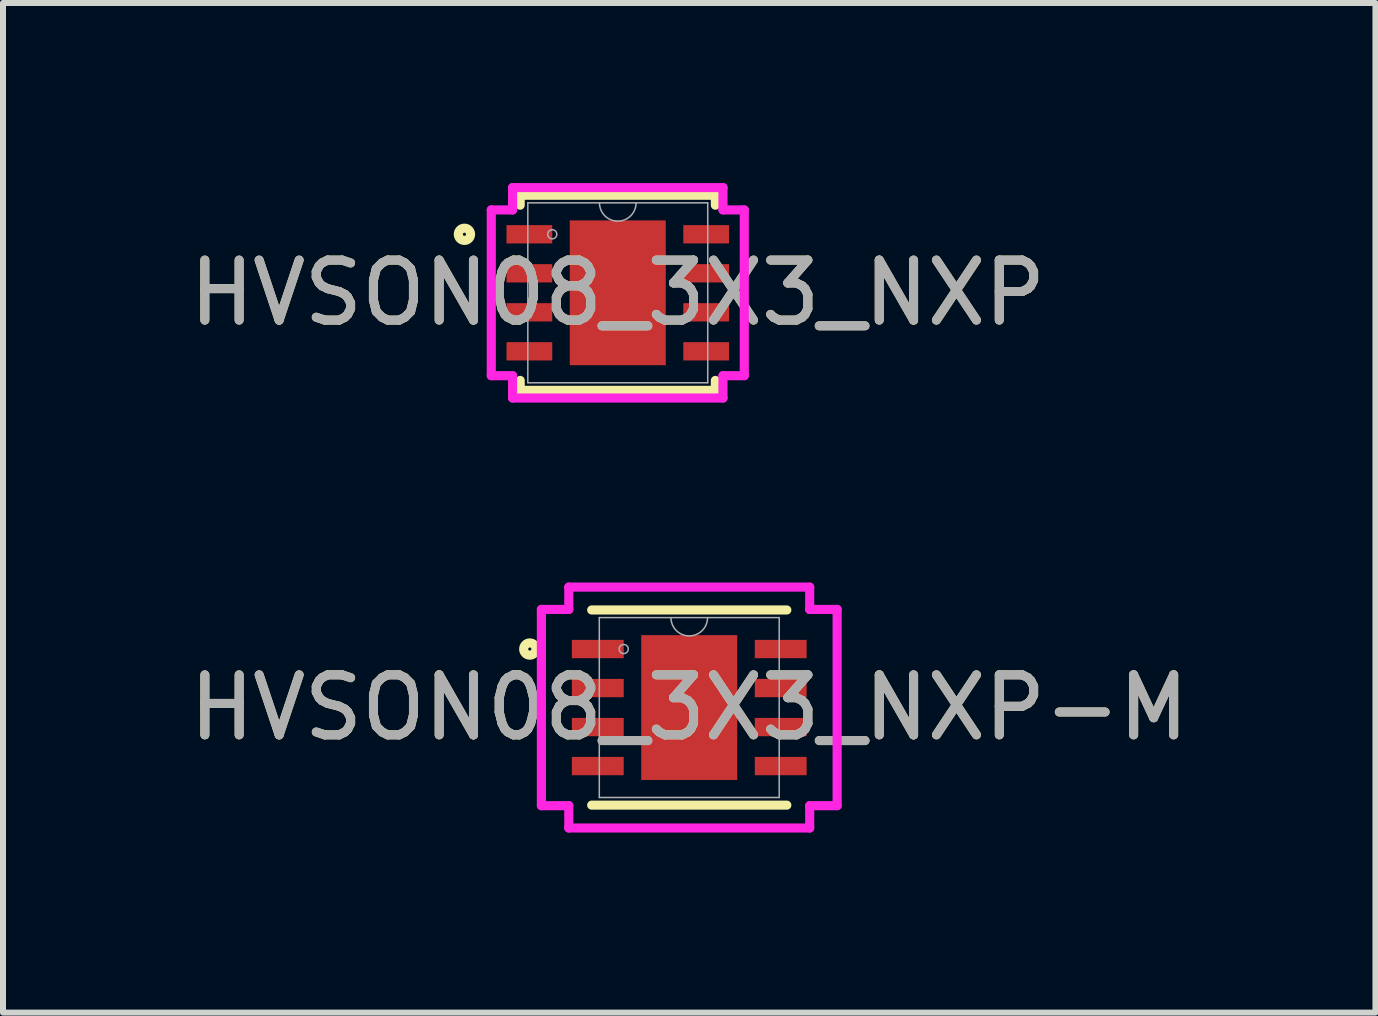
<source format=kicad_pcb>
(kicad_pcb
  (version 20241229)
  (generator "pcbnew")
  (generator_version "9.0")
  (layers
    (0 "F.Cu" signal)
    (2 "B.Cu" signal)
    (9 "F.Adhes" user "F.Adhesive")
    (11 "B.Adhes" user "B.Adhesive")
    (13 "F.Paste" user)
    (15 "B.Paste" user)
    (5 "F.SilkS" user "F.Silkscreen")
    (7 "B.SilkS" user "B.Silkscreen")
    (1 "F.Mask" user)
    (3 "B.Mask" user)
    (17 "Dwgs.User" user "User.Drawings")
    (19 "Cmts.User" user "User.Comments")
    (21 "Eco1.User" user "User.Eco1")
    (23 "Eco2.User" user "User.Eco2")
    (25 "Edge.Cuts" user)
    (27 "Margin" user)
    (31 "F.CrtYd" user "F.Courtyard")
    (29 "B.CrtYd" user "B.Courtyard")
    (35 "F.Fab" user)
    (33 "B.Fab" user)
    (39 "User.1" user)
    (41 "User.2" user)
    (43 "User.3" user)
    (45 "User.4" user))
  (footprint "HVSON08_3X3_NXP"
    (layer "F.Cu")
    (at 7.244 1.829)
    (property "Reference" "HVSON08_3X3_NXP" (at 0 0 0) (unlocked yes) (layer "F.SilkS") (effects (font (size 1 1) (thickness 0.15))))
    (attr smd)
    (fp_line (start -1.626 -1.626) (end -1.626 -1.46) (stroke (width 0.152) (type solid)) (layer "F.SilkS"))
    (fp_line (start -1.626 1.46) (end -1.626 1.626) (stroke (width 0.152) (type solid)) (layer "F.SilkS"))
    (fp_line (start -1.626 1.626) (end 1.626 1.626) (stroke (width 0.152) (type solid)) (layer "F.SilkS"))
    (fp_line (start 1.626 -1.626) (end -1.626 -1.626) (stroke (width 0.152) (type solid)) (layer "F.SilkS"))
    (fp_line (start 1.626 -1.46) (end 1.626 -1.626) (stroke (width 0.152) (type solid)) (layer "F.SilkS"))
    (fp_line (start 1.626 1.626) (end 1.626 1.46) (stroke (width 0.152) (type solid)) (layer "F.SilkS"))
    (fp_circle (center -2.555 -0.975) (end -2.453 -0.975) (stroke (width 0.152) (type solid)) (fill no) (layer "F.SilkS"))
    (fp_line (start -2.108 -1.381) (end -1.753 -1.381) (stroke (width 0.152) (type solid)) (layer "F.CrtYd"))
    (fp_line (start -2.108 1.381) (end -2.108 -1.381) (stroke (width 0.152) (type solid)) (layer "F.CrtYd"))
    (fp_line (start -2.108 1.381) (end -1.753 1.381) (stroke (width 0.152) (type solid)) (layer "F.CrtYd"))
    (fp_line (start -1.753 -1.753) (end 1.753 -1.753) (stroke (width 0.152) (type solid)) (layer "F.CrtYd"))
    (fp_line (start -1.753 -1.381) (end -1.753 -1.753) (stroke (width 0.152) (type solid)) (layer "F.CrtYd"))
    (fp_line (start -1.753 1.753) (end -1.753 1.381) (stroke (width 0.152) (type solid)) (layer "F.CrtYd"))
    (fp_line (start 1.753 -1.753) (end 1.753 -1.381) (stroke (width 0.152) (type solid)) (layer "F.CrtYd"))
    (fp_line (start 1.753 1.381) (end 1.753 1.753) (stroke (width 0.152) (type solid)) (layer "F.CrtYd"))
    (fp_line (start 1.753 1.753) (end -1.753 1.753) (stroke (width 0.152) (type solid)) (layer "F.CrtYd"))
    (fp_line (start 2.108 -1.381) (end 1.753 -1.381) (stroke (width 0.152) (type solid)) (layer "F.CrtYd"))
    (fp_line (start 2.108 -1.381) (end 2.108 1.381) (stroke (width 0.152) (type solid)) (layer "F.CrtYd"))
    (fp_line (start 2.108 1.381) (end 1.753 1.381) (stroke (width 0.152) (type solid)) (layer "F.CrtYd"))
    (fp_line (start -1.499 -1.499) (end -1.499 1.499) (stroke (width 0.025) (type solid)) (layer "F.Fab"))
    (fp_line (start -1.499 1.499) (end 1.499 1.499) (stroke (width 0.025) (type solid)) (layer "F.Fab"))
    (fp_line (start 1.499 -1.499) (end -1.499 -1.499) (stroke (width 0.025) (type solid)) (layer "F.Fab"))
    (fp_line (start 1.499 1.499) (end 1.499 -1.499) (stroke (width 0.025) (type solid)) (layer "F.Fab"))
    (fp_arc (start 0.3048 -1.4986) (mid 0 -1.1938) (end -0.3048 -1.4986) (stroke (width 0.0254) (type solid)) (layer "F.Fab"))
    (fp_circle (center -1.092 -0.975) (end -1.016 -0.975) (stroke (width 0.025) (type solid)) (fill no) (layer "F.Fab"))
    (fp_text user "${REFERENCE}" (at 0 0 0) (unlocked yes) (layer "F.Fab") (effects (font (size 1 1) (thickness 0.15))))
    (pad "1" smd rect (at -1.473 -0.975) (size 0.762 0.305) (layers "F.Cu" "F.Mask" "F.Paste"))
    (pad "2" smd rect (at -1.473 -0.325) (size 0.762 0.305) (layers "F.Cu" "F.Mask" "F.Paste"))
    (pad "3" smd rect (at -1.473 0.325) (size 0.762 0.305) (layers "F.Cu" "F.Mask" "F.Paste"))
    (pad "4" smd rect (at -1.473 0.975) (size 0.762 0.305) (layers "F.Cu" "F.Mask" "F.Paste"))
    (pad "5" smd rect (at 1.473 0.975) (size 0.762 0.305) (layers "F.Cu" "F.Mask" "F.Paste"))
    (pad "6" smd rect (at 1.473 0.325) (size 0.762 0.305) (layers "F.Cu" "F.Mask" "F.Paste"))
    (pad "7" smd rect (at 1.473 -0.325) (size 0.762 0.305) (layers "F.Cu" "F.Mask" "F.Paste"))
    (pad "8" smd rect (at 1.473 -0.975) (size 0.762 0.305) (layers "F.Cu" "F.Mask" "F.Paste"))
    (pad "9" smd rect (at 0 0) (size 1.6 2.413) (layers "F.Cu" "F.Mask" "F.Paste")))
  (footprint "HVSON08_3X3_NXP-M"
    (layer "F.Cu")
    (at 8.435 8.74)
    (property "Reference" "HVSON08_3X3_NXP-M" (at 0 0 0) (unlocked yes) (layer "F.SilkS") (effects (font (size 1 1) (thickness 0.15))))
    (attr smd)
    (fp_line (start -1.626 1.626) (end 1.626 1.626) (stroke (width 0.152) (type solid)) (layer "F.SilkS"))
    (fp_line (start 1.626 -1.626) (end -1.626 -1.626) (stroke (width 0.152) (type solid)) (layer "F.SilkS"))
    (fp_circle (center -2.657 -0.975) (end -2.555 -0.975) (stroke (width 0.152) (type solid)) (fill no) (layer "F.SilkS"))
    (fp_line (start -2.464 -1.635) (end -2.007 -1.635) (stroke (width 0.152) (type solid)) (layer "F.CrtYd"))
    (fp_line (start -2.464 1.635) (end -2.464 -1.635) (stroke (width 0.152) (type solid)) (layer "F.CrtYd"))
    (fp_line (start -2.464 1.635) (end -2.007 1.635) (stroke (width 0.152) (type solid)) (layer "F.CrtYd"))
    (fp_line (start -2.007 -2.007) (end 2.007 -2.007) (stroke (width 0.152) (type solid)) (layer "F.CrtYd"))
    (fp_line (start -2.007 -1.635) (end -2.007 -2.007) (stroke (width 0.152) (type solid)) (layer "F.CrtYd"))
    (fp_line (start -2.007 2.007) (end -2.007 1.635) (stroke (width 0.152) (type solid)) (layer "F.CrtYd"))
    (fp_line (start 2.007 -2.007) (end 2.007 -1.635) (stroke (width 0.152) (type solid)) (layer "F.CrtYd"))
    (fp_line (start 2.007 1.635) (end 2.007 2.007) (stroke (width 0.152) (type solid)) (layer "F.CrtYd"))
    (fp_line (start 2.007 2.007) (end -2.007 2.007) (stroke (width 0.152) (type solid)) (layer "F.CrtYd"))
    (fp_line (start 2.464 -1.635) (end 2.007 -1.635) (stroke (width 0.152) (type solid)) (layer "F.CrtYd"))
    (fp_line (start 2.464 -1.635) (end 2.464 1.635) (stroke (width 0.152) (type solid)) (layer "F.CrtYd"))
    (fp_line (start 2.464 1.635) (end 2.007 1.635) (stroke (width 0.152) (type solid)) (layer "F.CrtYd"))
    (fp_line (start -1.499 -1.499) (end -1.499 1.499) (stroke (width 0.025) (type solid)) (layer "F.Fab"))
    (fp_line (start -1.499 1.499) (end 1.499 1.499) (stroke (width 0.025) (type solid)) (layer "F.Fab"))
    (fp_line (start 1.499 -1.499) (end -1.499 -1.499) (stroke (width 0.025) (type solid)) (layer "F.Fab"))
    (fp_line (start 1.499 1.499) (end 1.499 -1.499) (stroke (width 0.025) (type solid)) (layer "F.Fab"))
    (fp_arc (start 0.3048 -1.4986) (mid 0 -1.1938) (end -0.3048 -1.4986) (stroke (width 0.0254) (type solid)) (layer "F.Fab"))
    (fp_circle (center -1.092 -0.975) (end -1.016 -0.975) (stroke (width 0.025) (type solid)) (fill no) (layer "F.Fab"))
    (fp_text user "${REFERENCE}" (at 0 0 0) (unlocked yes) (layer "F.Fab") (effects (font (size 1 1) (thickness 0.15))))
    (pad "1" smd rect (at -1.524 -0.975) (size 0.864 0.305) (layers "F.Cu" "F.Mask" "F.Paste"))
    (pad "2" smd rect (at -1.524 -0.325) (size 0.864 0.305) (layers "F.Cu" "F.Mask" "F.Paste"))
    (pad "3" smd rect (at -1.524 0.325) (size 0.864 0.305) (layers "F.Cu" "F.Mask" "F.Paste"))
    (pad "4" smd rect (at -1.524 0.975) (size 0.864 0.305) (layers "F.Cu" "F.Mask" "F.Paste"))
    (pad "5" smd rect (at 1.524 0.975) (size 0.864 0.305) (layers "F.Cu" "F.Mask" "F.Paste"))
    (pad "6" smd rect (at 1.524 0.325) (size 0.864 0.305) (layers "F.Cu" "F.Mask" "F.Paste"))
    (pad "7" smd rect (at 1.524 -0.325) (size 0.864 0.305) (layers "F.Cu" "F.Mask" "F.Paste"))
    (pad "8" smd rect (at 1.524 -0.975) (size 0.864 0.305) (layers "F.Cu" "F.Mask" "F.Paste"))
    (pad "9" smd rect (at 0 0) (size 1.6 2.413) (layers "F.Cu" "F.Mask" "F.Paste")))
  (gr_rect
    (start -3 -3)
    (end 19.869 13.823)
    (stroke (width 0.1) (type default))
    (fill no)
    (layer "Edge.Cuts")))
</source>
